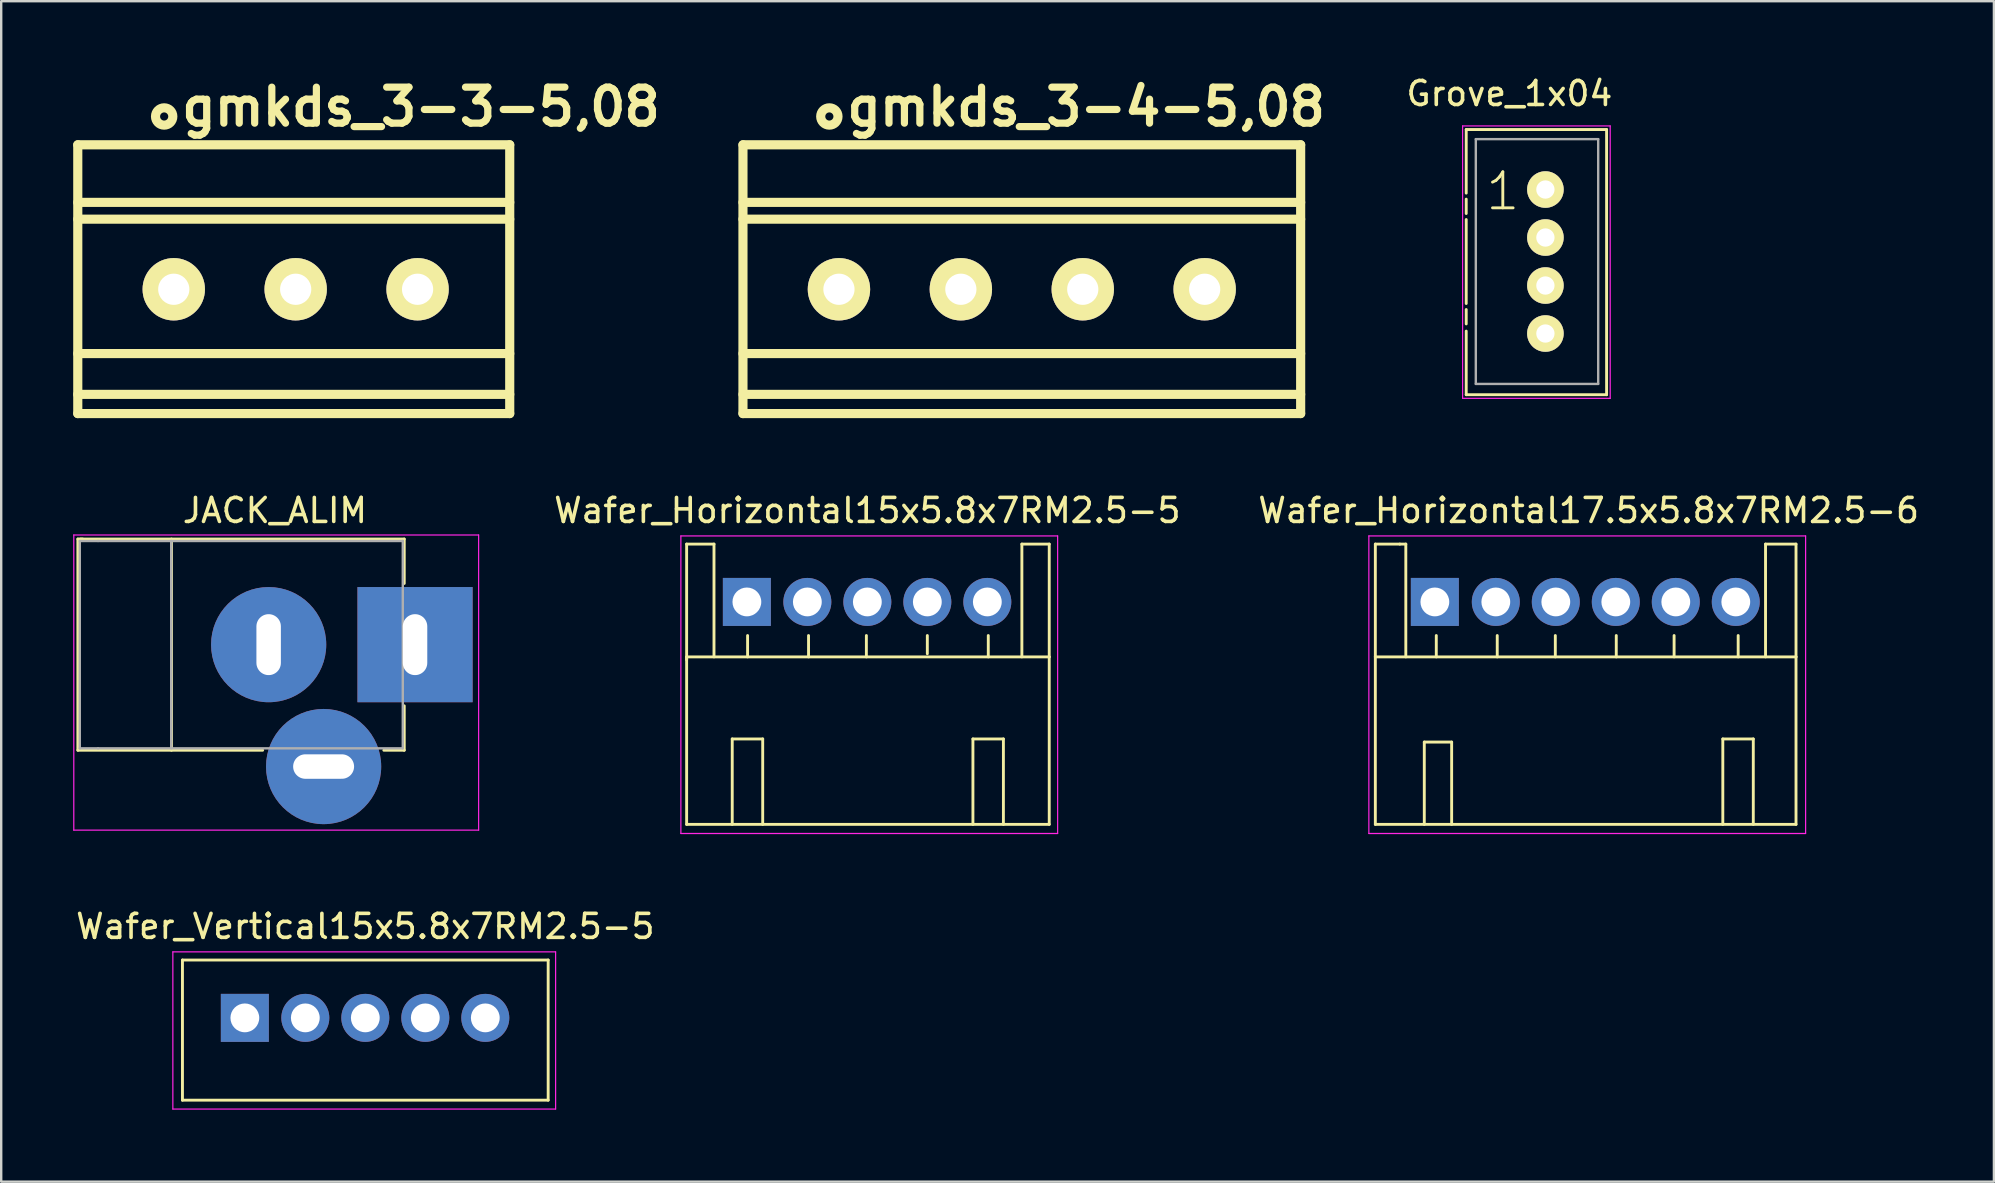
<source format=kicad_pcb>
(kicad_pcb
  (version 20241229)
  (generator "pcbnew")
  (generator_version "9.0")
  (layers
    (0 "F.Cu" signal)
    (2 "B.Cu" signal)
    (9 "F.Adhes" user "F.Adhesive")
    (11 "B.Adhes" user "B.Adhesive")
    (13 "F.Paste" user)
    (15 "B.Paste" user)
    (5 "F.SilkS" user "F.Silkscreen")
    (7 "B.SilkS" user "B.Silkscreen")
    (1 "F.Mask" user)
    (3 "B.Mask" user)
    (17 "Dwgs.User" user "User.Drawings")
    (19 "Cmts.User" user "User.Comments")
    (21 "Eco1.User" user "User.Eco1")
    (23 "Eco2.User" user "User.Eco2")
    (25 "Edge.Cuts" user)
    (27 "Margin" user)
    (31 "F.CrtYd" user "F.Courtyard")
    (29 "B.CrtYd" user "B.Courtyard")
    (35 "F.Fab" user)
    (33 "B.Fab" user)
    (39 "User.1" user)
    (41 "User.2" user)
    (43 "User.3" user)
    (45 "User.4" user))
  (footprint "Wafer_Vertical15x5.8x7RM2.5-5"
    (layer "F.Cu")
    (at 7.153 39.366)
    (property "Reference" "Wafer_Vertical15x5.8x7RM2.5-5" (at 5.02 -3.81 0) (layer "F.SilkS") (effects (font (size 1 1) (thickness 0.15))))
    (attr through_hole)
    (fp_line (start -2.6 -2.41) (end -2.6 3.43) (stroke (width 0.12) (type solid)) (layer "F.SilkS"))
    (fp_line (start -2.6 -2.41) (end 12.64 -2.41) (stroke (width 0.12) (type solid)) (layer "F.SilkS"))
    (fp_line (start 12.64 -2.41) (end 12.64 3.43) (stroke (width 0.12) (type solid)) (layer "F.SilkS"))
    (fp_line (start 12.64 3.43) (end -2.6 3.43) (stroke (width 0.12) (type solid)) (layer "F.SilkS"))
    (fp_line (start -3 -2.75) (end 12.95 -2.75) (stroke (width 0.05) (type solid)) (layer "F.CrtYd"))
    (fp_line (start -3 3.8) (end -3 -2.75) (stroke (width 0.05) (type solid)) (layer "F.CrtYd"))
    (fp_line (start 12.95 -2.75) (end 12.95 3.8) (stroke (width 0.05) (type solid)) (layer "F.CrtYd"))
    (fp_line (start 12.95 3.8) (end -3 3.8) (stroke (width 0.05) (type solid)) (layer "F.CrtYd"))
    (pad "1" thru_hole rect (at 0 0) (size 2 2) (drill 1.2) (layers "*.Cu" "*.Mask"))
    (pad "2" thru_hole circle (at 2.52 0) (size 2 2) (drill 1.2) (layers "*.Cu" "*.Mask"))
    (pad "3" thru_hole circle (at 5.02 0) (size 2 2) (drill 1.2) (layers "*.Cu" "*.Mask"))
    (pad "4" thru_hole circle (at 7.52 0) (size 2 2) (drill 1.2) (layers "*.Cu" "*.Mask"))
    (pad "5" thru_hole circle (at 10.02 0) (size 2 2) (drill 1.2) (layers "*.Cu" "*.Mask")))
  (footprint "gmkds_3-3-5,08"
    (layer "F.Cu")
    (at 4.191 9.004)
    (property "Reference" "gmkds_3-3-5,08" (at 10.3 -7.6 0) (layer "F.SilkS") (effects (font (size 1.5 1.5) (thickness 0.3))))
    (attr through_hole)
    (fp_line (start -4 -6.02) (end -4 5.18) (stroke (width 0.381) (type solid)) (layer "F.SilkS"))
    (fp_line (start -4 -6.02) (end 14 -6.02) (stroke (width 0.381) (type solid)) (layer "F.SilkS"))
    (fp_line (start -4 -3.62) (end 14 -3.62) (stroke (width 0.381) (type solid)) (layer "F.SilkS"))
    (fp_line (start -4 -2.92) (end 14 -2.92) (stroke (width 0.381) (type solid)) (layer "F.SilkS"))
    (fp_line (start -4 2.68) (end 14 2.68) (stroke (width 0.381) (type solid)) (layer "F.SilkS"))
    (fp_line (start -4 4.38) (end 14 4.38) (stroke (width 0.381) (type solid)) (layer "F.SilkS"))
    (fp_line (start -4 5.18) (end 14 5.18) (stroke (width 0.381) (type solid)) (layer "F.SilkS"))
    (fp_line (start 14 -6.02) (end 14 5.18) (stroke (width 0.381) (type solid)) (layer "F.SilkS"))
    (fp_circle (center -0.4 -7.2) (end -0.2 -6.9) (stroke (width 0.381) (type solid)) (fill no) (layer "F.SilkS"))
    (pad "1" thru_hole circle (at 0 0) (size 2.6 2.6) (drill 1.3) (layers "*.Cu" "*.Mask" "F.SilkS"))
    (pad "2" thru_hole circle (at 5.08 0) (size 2.6 2.6) (drill 1.3) (layers "*.Cu" "*.Mask" "F.SilkS"))
    (pad "3" thru_hole circle (at 10.16 0) (size 2.6 2.6) (drill 1.3) (layers "*.Cu" "*.Mask" "F.SilkS")))
  (footprint "gmkds_3-4-5,08"
    (layer "F.Cu")
    (at 31.91 9.004)
    (property "Reference" "gmkds_3-4-5,08" (at 10.3 -7.6 0) (layer "F.SilkS") (effects (font (size 1.5 1.5) (thickness 0.3))))
    (attr through_hole)
    (fp_line (start -4 -6.02) (end -4 5.18) (stroke (width 0.381) (type solid)) (layer "F.SilkS"))
    (fp_line (start -4 -6.02) (end 19.24 -6.02) (stroke (width 0.381) (type solid)) (layer "F.SilkS"))
    (fp_line (start -4 -3.62) (end 19.24 -3.62) (stroke (width 0.381) (type solid)) (layer "F.SilkS"))
    (fp_line (start -4 -2.92) (end 19.24 -2.92) (stroke (width 0.381) (type solid)) (layer "F.SilkS"))
    (fp_line (start -4 2.68) (end 19.24 2.68) (stroke (width 0.381) (type solid)) (layer "F.SilkS"))
    (fp_line (start -4 4.38) (end 19.24 4.38) (stroke (width 0.381) (type solid)) (layer "F.SilkS"))
    (fp_line (start -4 5.18) (end 19.24 5.18) (stroke (width 0.381) (type solid)) (layer "F.SilkS"))
    (fp_line (start 19.24 -6.02) (end 19.24 5.18) (stroke (width 0.381) (type solid)) (layer "F.SilkS"))
    (fp_circle (center -0.4 -7.2) (end -0.2 -6.9) (stroke (width 0.381) (type solid)) (fill no) (layer "F.SilkS"))
    (pad "1" thru_hole circle (at 0 0) (size 2.6 2.6) (drill 1.3) (layers "*.Cu" "*.Mask" "F.SilkS"))
    (pad "2" thru_hole circle (at 5.08 0) (size 2.6 2.6) (drill 1.3) (layers "*.Cu" "*.Mask" "F.SilkS"))
    (pad "3" thru_hole circle (at 10.16 0) (size 2.6 2.6) (drill 1.3) (layers "*.Cu" "*.Mask" "F.SilkS"))
    (pad "4" thru_hole circle (at 15.24 0) (size 2.6 2.6) (drill 1.3) (layers "*.Cu" "*.Mask" "F.SilkS")))
  (footprint "Wafer_Horizontal17.5x5.8x7RM2.5-6"
    (layer "F.Cu")
    (at 56.742 22.033)
    (property "Reference" "Wafer_Horizontal17.5x5.8x7RM2.5-6" (at 6.41 -3.81 0) (layer "F.SilkS") (effects (font (size 1 1) (thickness 0.15))))
    (attr through_hole)
    (fp_line (start -2.48 -2.41) (end -1.46 -2.41) (stroke (width 0.12) (type solid)) (layer "F.SilkS"))
    (fp_line (start -2.48 2.29) (end -2.48 -2.41) (stroke (width 0.12) (type solid)) (layer "F.SilkS"))
    (fp_line (start -2.48 2.29) (end -2.48 9.27) (stroke (width 0.12) (type solid)) (layer "F.SilkS"))
    (fp_line (start -2.48 2.29) (end 15.05 2.29) (stroke (width 0.12) (type solid)) (layer "F.SilkS"))
    (fp_line (start -2.48 9.27) (end 15.05 9.27) (stroke (width 0.12) (type solid)) (layer "F.SilkS"))
    (fp_line (start -1.46 -2.41) (end -1.21 -2.41) (stroke (width 0.12) (type solid)) (layer "F.SilkS"))
    (fp_line (start -1.21 -2.41) (end -1.21 2.29) (stroke (width 0.12) (type solid)) (layer "F.SilkS"))
    (fp_line (start -0.44 5.84) (end -0.44 9.27) (stroke (width 0.12) (type solid)) (layer "F.SilkS"))
    (fp_line (start -0.44 5.84) (end 0.7 5.84) (stroke (width 0.12) (type solid)) (layer "F.SilkS"))
    (fp_line (start 0.06 2.29) (end 0.06 1.4) (stroke (width 0.12) (type solid)) (layer "F.SilkS"))
    (fp_line (start 0.7 5.84) (end 0.7 9.27) (stroke (width 0.12) (type solid)) (layer "F.SilkS"))
    (fp_line (start 2.6 2.29) (end 2.6 1.4) (stroke (width 0.12) (type solid)) (layer "F.SilkS"))
    (fp_line (start 5.02 2.29) (end 5.02 1.4) (stroke (width 0.12) (type solid)) (layer "F.SilkS"))
    (fp_line (start 7.56 2.29) (end 7.56 1.4) (stroke (width 0.12) (type solid)) (layer "F.SilkS"))
    (fp_line (start 9.97 2.29) (end 9.97 1.4) (stroke (width 0.12) (type solid)) (layer "F.SilkS"))
    (fp_line (start 12 5.71) (end 13.27 5.71) (stroke (width 0.12) (type solid)) (layer "F.SilkS"))
    (fp_line (start 12 9.27) (end 12 5.71) (stroke (width 0.12) (type solid)) (layer "F.SilkS"))
    (fp_line (start 12.64 2.29) (end 12.64 1.4) (stroke (width 0.12) (type solid)) (layer "F.SilkS"))
    (fp_line (start 13.27 5.71) (end 13.27 9.27) (stroke (width 0.12) (type solid)) (layer "F.SilkS"))
    (fp_line (start 13.78 -2.41) (end 13.78 2.29) (stroke (width 0.12) (type solid)) (layer "F.SilkS"))
    (fp_line (start 15.05 -2.41) (end 13.78 -2.41) (stroke (width 0.12) (type solid)) (layer "F.SilkS"))
    (fp_line (start 15.05 2.29) (end 15.05 -2.41) (stroke (width 0.12) (type solid)) (layer "F.SilkS"))
    (fp_line (start 15.05 2.29) (end 15.05 9.27) (stroke (width 0.12) (type solid)) (layer "F.SilkS"))
    (fp_line (start -2.75 -2.75) (end 15.45 -2.75) (stroke (width 0.05) (type solid)) (layer "F.CrtYd"))
    (fp_line (start -2.75 9.65) (end -2.75 -2.75) (stroke (width 0.05) (type solid)) (layer "F.CrtYd"))
    (fp_line (start 15.45 -2.75) (end 15.45 9.65) (stroke (width 0.05) (type solid)) (layer "F.CrtYd"))
    (fp_line (start 15.45 9.65) (end -2.75 9.65) (stroke (width 0.05) (type solid)) (layer "F.CrtYd"))
    (pad "1" thru_hole rect (at 0 0) (size 2 2) (drill 1.2) (layers "*.Cu" "*.Mask"))
    (pad "2" thru_hole circle (at 2.54 0) (size 2 2) (drill 1.2) (layers "*.Cu" "*.Mask"))
    (pad "3" thru_hole circle (at 5.04 0) (size 2 2) (drill 1.2) (layers "*.Cu" "*.Mask"))
    (pad "4" thru_hole circle (at 7.54 0) (size 2 2) (drill 1.2) (layers "*.Cu" "*.Mask"))
    (pad "5" thru_hole circle (at 10.04 0) (size 2 2) (drill 1.2) (layers "*.Cu" "*.Mask"))
    (pad "6" thru_hole circle (at 12.54 0) (size 2 2) (drill 1.2) (layers "*.Cu" "*.Mask")))
  (footprint "Grove_1x04"
    (layer "F.Cu")
    (at 61.349 4.848)
    (property "Reference" "Grove_1x04" (at -1.5 -4 0) (layer "F.SilkS") (effects (font (size 1 1) (thickness 0.15))))
    (attr through_hole)
    (fp_line (start -3.3 -2.5) (end -3.3 0.15) (stroke (width 0.12) (type solid)) (layer "F.SilkS"))
    (fp_line (start -3.3 -2.5) (end 2.55 -2.5) (stroke (width 0.12) (type solid)) (layer "F.SilkS"))
    (fp_line (start -3.3 0.4) (end -3.3 1) (stroke (width 0.12) (type solid)) (layer "F.SilkS"))
    (fp_line (start -3.3 1.25) (end -3.3 4.75) (stroke (width 0.12) (type solid)) (layer "F.SilkS"))
    (fp_line (start -3.3 5) (end -3.3 5.6) (stroke (width 0.12) (type solid)) (layer "F.SilkS"))
    (fp_line (start -3.3 5.9) (end -3.3 8.55) (stroke (width 0.12) (type solid)) (layer "F.SilkS"))
    (fp_line (start -3.3 8.55) (end 2.55 8.55) (stroke (width 0.12) (type solid)) (layer "F.SilkS"))
    (fp_line (start 2.55 -2.5) (end 2.55 8.55) (stroke (width 0.12) (type solid)) (layer "F.SilkS"))
    (fp_line (start -3.45 -2.65) (end -3.45 8.7) (stroke (width 0.05) (type solid)) (layer "F.CrtYd"))
    (fp_line (start -3.45 -2.65) (end 2.7 -2.65) (stroke (width 0.05) (type solid)) (layer "F.CrtYd"))
    (fp_line (start -3.45 8.7) (end 2.7 8.7) (stroke (width 0.05) (type solid)) (layer "F.CrtYd"))
    (fp_line (start 2.7 8.7) (end 2.7 -2.65) (stroke (width 0.05) (type solid)) (layer "F.CrtYd"))
    (fp_line (start -2.9 -2.1) (end 2.2 -2.1) (stroke (width 0.1) (type solid)) (layer "F.Fab"))
    (fp_line (start -2.9 8.1) (end -2.9 -2.1) (stroke (width 0.1) (type solid)) (layer "F.Fab"))
    (fp_line (start 2.2 -2.1) (end 2.2 8.1) (stroke (width 0.1) (type solid)) (layer "F.Fab"))
    (fp_line (start 2.2 8.1) (end -2.9 8.1) (stroke (width 0.1) (type solid)) (layer "F.Fab"))
    (fp_text user "1" (at -1.775 0.075 0) (layer "F.SilkS") (effects (font (size 1.5 1.5) (thickness 0.12))))
    (pad "1" thru_hole circle (at 0 0) (size 1.524 1.524) (drill 0.762) (layers "*.Cu" "*.Mask" "F.SilkS"))
    (pad "2" thru_hole circle (at 0 2) (size 1.524 1.524) (drill 0.762) (layers "*.Cu" "*.Mask" "F.SilkS"))
    (pad "3" thru_hole circle (at 0 4) (size 1.524 1.524) (drill 0.762) (layers "*.Cu" "*.Mask" "F.SilkS"))
    (pad "4" thru_hole circle (at 0 6) (size 1.524 1.524) (drill 0.762) (layers "*.Cu" "*.Mask" "F.SilkS")))
  (footprint "JACK_ALIM"
    (layer "F.Cu")
    (at 14.245 23.813)
    (property "Reference" "JACK_ALIM" (at -5.84 -5.59 0) (layer "F.SilkS") (effects (font (size 1 1) (thickness 0.15))))
    (attr through_hole)
    (fp_line (start -14.05 -4.4) (end -13.85 -4.4) (stroke (width 0.12) (type solid)) (layer "F.SilkS"))
    (fp_line (start -14.05 4.4) (end -14.05 -4.4) (stroke (width 0.12) (type solid)) (layer "F.SilkS"))
    (fp_line (start -13.95 -4.4) (end -0.45 -4.4) (stroke (width 0.12) (type solid)) (layer "F.SilkS"))
    (fp_line (start -10.15 -4.4) (end -10.15 4.4) (stroke (width 0.12) (type solid)) (layer "F.SilkS"))
    (fp_line (start -6.35 4.4) (end -14.05 4.4) (stroke (width 0.12) (type solid)) (layer "F.SilkS"))
    (fp_line (start -0.45 -4.4) (end -0.45 -2.55) (stroke (width 0.12) (type solid)) (layer "F.SilkS"))
    (fp_line (start -0.45 2.55) (end -0.45 4.4) (stroke (width 0.12) (type solid)) (layer "F.SilkS"))
    (fp_line (start -0.45 4.4) (end -1.3 4.4) (stroke (width 0.12) (type solid)) (layer "F.SilkS"))
    (fp_line (start -14.22 -4.57) (end -14.22 7.73) (stroke (width 0.05) (type solid)) (layer "F.CrtYd"))
    (fp_line (start -14.22 -4.57) (end 2.65 -4.57) (stroke (width 0.05) (type solid)) (layer "F.CrtYd"))
    (fp_line (start 2.65 7.73) (end -14.22 7.73) (stroke (width 0.05) (type solid)) (layer "F.CrtYd"))
    (fp_line (start 2.65 7.73) (end 2.65 -4.57) (stroke (width 0.05) (type solid)) (layer "F.CrtYd"))
    (fp_line (start -13.97 -4.32) (end -13.97 4.32) (stroke (width 0.1) (type solid)) (layer "F.Fab"))
    (fp_line (start -13.97 4.32) (end -13.21 4.32) (stroke (width 0.1) (type solid)) (layer "F.Fab"))
    (fp_line (start -13.21 -4.32) (end -13.97 -4.32) (stroke (width 0.1) (type solid)) (layer "F.Fab"))
    (fp_line (start -13.21 -4.32) (end -0.51 -4.32) (stroke (width 0.1) (type solid)) (layer "F.Fab"))
    (fp_line (start -13.21 4.32) (end -0.51 4.32) (stroke (width 0.1) (type solid)) (layer "F.Fab"))
    (fp_line (start -10.16 -4.32) (end -10.16 4.32) (stroke (width 0.1) (type solid)) (layer "F.Fab"))
    (fp_line (start -0.51 -4.32) (end -0.51 4.32) (stroke (width 0.1) (type solid)) (layer "F.Fab"))
    (pad "1" thru_hole rect (at 0 0) (size 4.8 4.8) (drill oval 1.02 2.54) (layers "*.Cu" "*.Mask"))
    (pad "2" thru_hole circle (at -6.1 0) (size 4.8 4.8) (drill oval 1.02 2.54) (layers "*.Cu" "*.Mask"))
    (pad "3" thru_hole circle (at -3.81 5.08) (size 4.8 4.8) (drill oval 2.54 1.02) (layers "*.Cu" "*.Mask")))
  (footprint "Wafer_Horizontal15x5.8x7RM2.5-5"
    (layer "F.Cu")
    (at 28.073 22.033)
    (property "Reference" "Wafer_Horizontal15x5.8x7RM2.5-5" (at 5.02 -3.81 0) (layer "F.SilkS") (effects (font (size 1 1) (thickness 0.15))))
    (attr through_hole)
    (fp_line (start -2.51 -2.41) (end -1.37 -2.41) (stroke (width 0.12) (type solid)) (layer "F.SilkS"))
    (fp_line (start -2.51 2.29) (end 12.6 2.29) (stroke (width 0.12) (type solid)) (layer "F.SilkS"))
    (fp_line (start -2.51 2.41) (end -2.51 -2.41) (stroke (width 0.12) (type solid)) (layer "F.SilkS"))
    (fp_line (start -2.51 9.27) (end -2.51 2.29) (stroke (width 0.12) (type solid)) (layer "F.SilkS"))
    (fp_line (start -1.37 -2.41) (end -1.37 2.29) (stroke (width 0.12) (type solid)) (layer "F.SilkS"))
    (fp_line (start -0.61 5.71) (end 0.66 5.71) (stroke (width 0.12) (type solid)) (layer "F.SilkS"))
    (fp_line (start -0.61 9.27) (end -0.61 5.71) (stroke (width 0.12) (type solid)) (layer "F.SilkS"))
    (fp_line (start 0.03 2.29) (end 0.03 1.4) (stroke (width 0.12) (type solid)) (layer "F.SilkS"))
    (fp_line (start 0.66 5.71) (end 0.66 9.27) (stroke (width 0.12) (type solid)) (layer "F.SilkS"))
    (fp_line (start 2.57 1.4) (end 2.57 2.29) (stroke (width 0.12) (type solid)) (layer "F.SilkS"))
    (fp_line (start 4.98 2.29) (end 4.98 1.4) (stroke (width 0.12) (type solid)) (layer "F.SilkS"))
    (fp_line (start 7.52 2.16) (end 7.52 1.4) (stroke (width 0.12) (type solid)) (layer "F.SilkS"))
    (fp_line (start 9.42 5.71) (end 10.69 5.71) (stroke (width 0.12) (type solid)) (layer "F.SilkS"))
    (fp_line (start 9.42 9.27) (end 9.42 5.71) (stroke (width 0.12) (type solid)) (layer "F.SilkS"))
    (fp_line (start 10.06 2.29) (end 10.06 1.4) (stroke (width 0.12) (type solid)) (layer "F.SilkS"))
    (fp_line (start 10.69 5.71) (end 10.69 9.27) (stroke (width 0.12) (type solid)) (layer "F.SilkS"))
    (fp_line (start 11.46 -2.41) (end 11.46 2.29) (stroke (width 0.12) (type solid)) (layer "F.SilkS"))
    (fp_line (start 12.6 -2.41) (end 11.46 -2.41) (stroke (width 0.12) (type solid)) (layer "F.SilkS"))
    (fp_line (start 12.6 2.29) (end 12.6 -2.41) (stroke (width 0.12) (type solid)) (layer "F.SilkS"))
    (fp_line (start 12.6 2.29) (end 12.6 9.27) (stroke (width 0.12) (type solid)) (layer "F.SilkS"))
    (fp_line (start 12.6 9.27) (end -2.51 9.27) (stroke (width 0.12) (type solid)) (layer "F.SilkS"))
    (fp_line (start -2.75 -2.75) (end 12.95 -2.75) (stroke (width 0.05) (type solid)) (layer "F.CrtYd"))
    (fp_line (start -2.75 9.65) (end -2.75 -2.75) (stroke (width 0.05) (type solid)) (layer "F.CrtYd"))
    (fp_line (start 12.95 -2.75) (end 12.95 9.65) (stroke (width 0.05) (type solid)) (layer "F.CrtYd"))
    (fp_line (start 12.95 9.65) (end -2.75 9.65) (stroke (width 0.05) (type solid)) (layer "F.CrtYd"))
    (pad "1" thru_hole rect (at 0 0) (size 2 2) (drill 1.2) (layers "*.Cu" "*.Mask"))
    (pad "2" thru_hole circle (at 2.52 0) (size 2 2) (drill 1.2) (layers "*.Cu" "*.Mask"))
    (pad "3" thru_hole circle (at 5.02 0) (size 2 2) (drill 1.2) (layers "*.Cu" "*.Mask"))
    (pad "4" thru_hole circle (at 7.52 0) (size 2 2) (drill 1.2) (layers "*.Cu" "*.Mask"))
    (pad "5" thru_hole circle (at 10.02 0) (size 2 2) (drill 1.2) (layers "*.Cu" "*.Mask")))
  (gr_rect
    (start -3 -3)
    (end 80.039 46.191)
    (stroke (width 0.1) (type default))
    (fill no)
    (layer "Edge.Cuts")))
</source>
